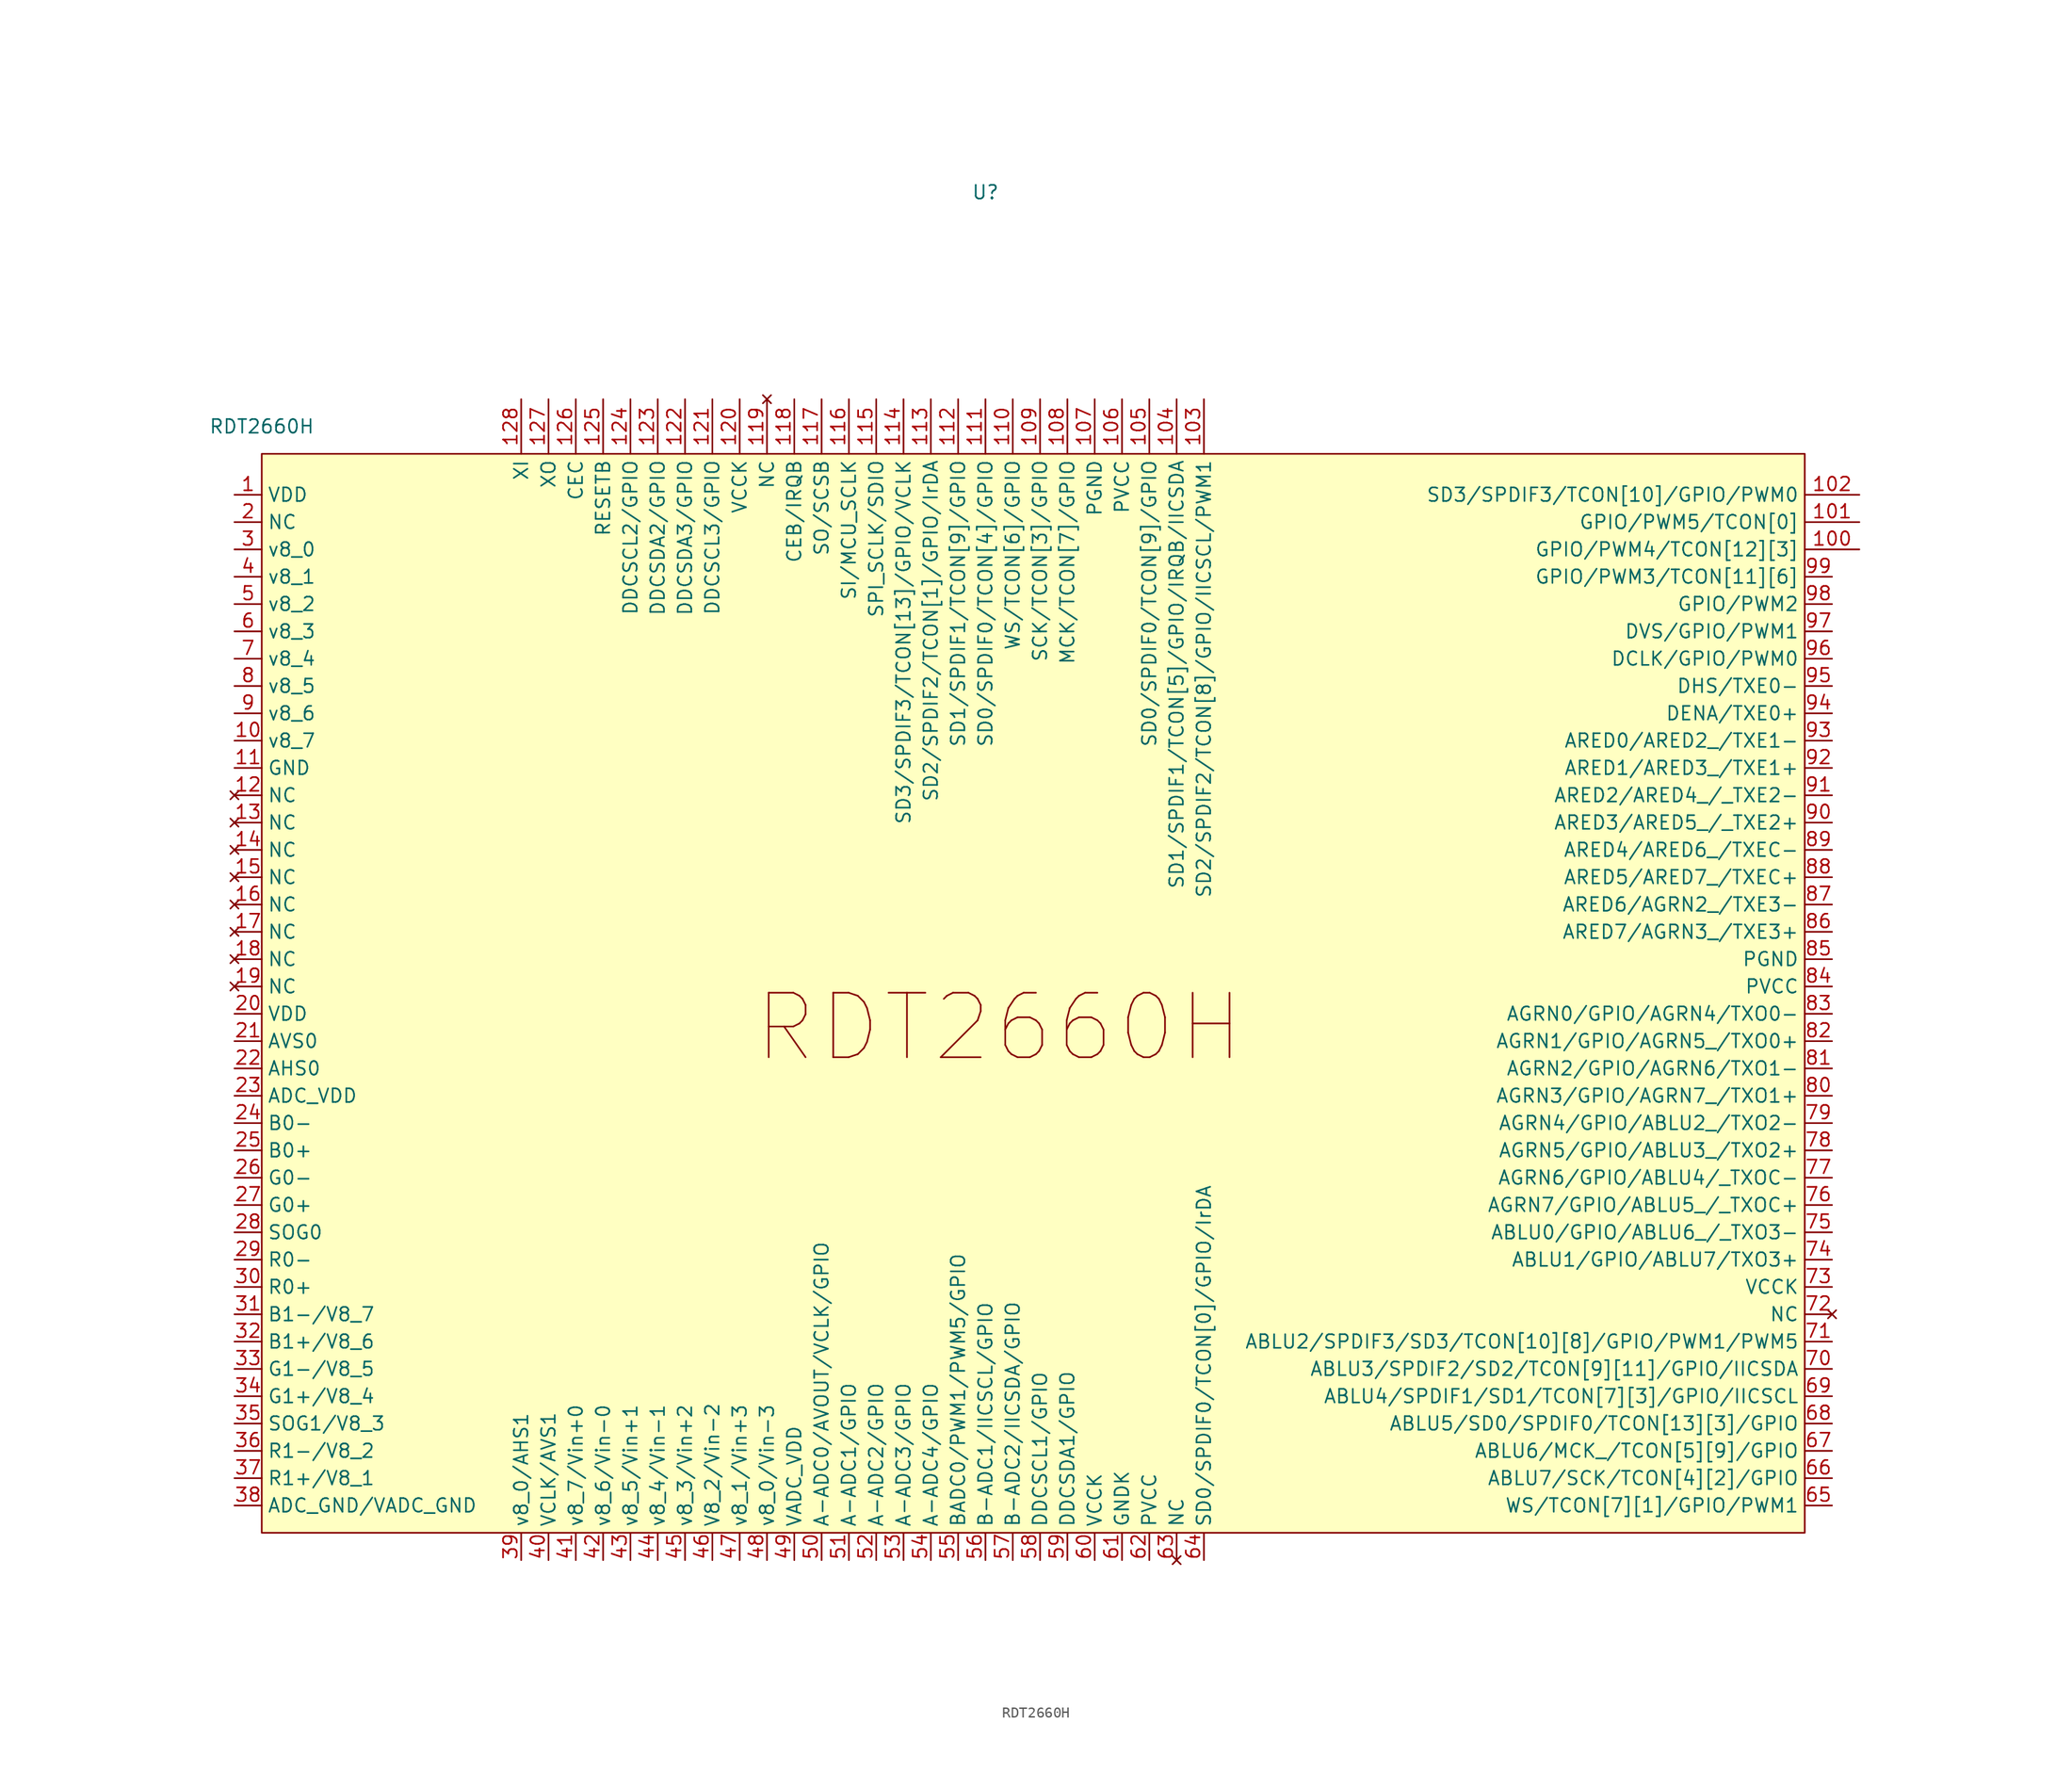
<source format=kicad_sym>
(kicad_symbol_lib
  (version 20220914)
  (generator kicad_symbol_editor)
  (symbol "RDT2660H"
    (property "Reference" "U"
      (at 67.31 21.78 0)
      (effects (font (size 1.27 1.27))))
    (property "Value" "RDT2660H"
      (at 0 0 0)
      (effects (font (size 1.27 1.27))))
    (symbol "RDT2660H_1_1"
      (rectangle (start 0 -2.54) (end 143.51 -102.87) (stroke (width 0) (type default)) (fill (type background)))
      (text "RDT2660H" (at 68.58 -55.88 0) (effects (font (size 6 6))))
      (pin power_in line (at -2.54 -6.35 0) (length 2.54) (name "VDD" (effects (font (size 1.27 1.27)))) (number "1" (effects (font (size 1.27 1.27)))))
      (pin input line (at -2.54 -29.21 0) (length 2.54) (name "v8_7" (effects (font (size 1.27 1.27)))) (number "10" (effects (font (size 1.27 1.27)))))
      (pin bidirectional line (at 148.59 -11.43 180) (length 5.08) (name "GPIO/PWM4/TCON[12][3]" (effects (font (size 1.27 1.27)))) (number "100" (effects (font (size 1.27 1.27)))))
      (pin bidirectional line (at 148.59 -8.89 180) (length 5.08) (name "GPIO/PWM5/TCON[0]" (effects (font (size 1.27 1.27)))) (number "101" (effects (font (size 1.27 1.27)))))
      (pin bidirectional line (at 148.59 -6.35 180) (length 5.08) (name "SD3/SPDIF3/TCON[10]/GPIO/PWM0" (effects (font (size 1.27 1.27)))) (number "102" (effects (font (size 1.27 1.27)))))
      (pin bidirectional line (at 87.63 2.54 270) (length 5.08) (name "SD2/SPDIF2/TCON[8]/GPIO/IICSCL/PWM1" (effects (font (size 1.27 1.27)))) (number "103" (effects (font (size 1.27 1.27)))))
      (pin bidirectional line (at 85.09 2.54 270) (length 5.08) (name "SD1/SPDIF1/TCON[5]/GPIO/IRQB/IICSDA" (effects (font (size 1.27 1.27)))) (number "104" (effects (font (size 1.27 1.27)))))
      (pin bidirectional line (at 82.55 2.54 270) (length 5.08) (name "SD0/SPDIF0/TCON[9]/GPIO" (effects (font (size 1.27 1.27)))) (number "105" (effects (font (size 1.27 1.27)))))
      (pin power_in line (at 80.01 2.54 270) (length 5.08) (name "PVCC" (effects (font (size 1.27 1.27)))) (number "106" (effects (font (size 1.27 1.27)))))
      (pin power_in line (at 77.47 2.54 270) (length 5.08) (name "PGND" (effects (font (size 1.27 1.27)))) (number "107" (effects (font (size 1.27 1.27)))))
      (pin bidirectional line (at 74.93 2.54 270) (length 5.08) (name "MCK/TCON[7]/GPIO" (effects (font (size 1.27 1.27)))) (number "108" (effects (font (size 1.27 1.27)))))
      (pin bidirectional line (at 72.39 2.54 270) (length 5.08) (name "SCK/TCON[3]/GPIO" (effects (font (size 1.27 1.27)))) (number "109" (effects (font (size 1.27 1.27)))))
      (pin power_in line (at -2.54 -31.75 0) (length 2.54) (name "GND" (effects (font (size 1.27 1.27)))) (number "11" (effects (font (size 1.27 1.27)))))
      (pin bidirectional line (at 69.85 2.54 270) (length 5.08) (name "WS/TCON[6]/GPIO" (effects (font (size 1.27 1.27)))) (number "110" (effects (font (size 1.27 1.27)))))
      (pin bidirectional line (at 67.31 2.54 270) (length 5.08) (name "SD0/SPDIF0/TCON[4]/GPIO" (effects (font (size 1.27 1.27)))) (number "111" (effects (font (size 1.27 1.27)))))
      (pin bidirectional line (at 64.77 2.54 270) (length 5.08) (name "SD1/SPDIF1/TCON[9]/GPIO" (effects (font (size 1.27 1.27)))) (number "112" (effects (font (size 1.27 1.27)))))
      (pin bidirectional line (at 62.23 2.54 270) (length 5.08) (name "SD2/SPDIF2/TCON[1]/GPIO/IrDA" (effects (font (size 1.27 1.27)))) (number "113" (effects (font (size 1.27 1.27)))))
      (pin bidirectional line (at 59.69 2.54 270) (length 5.08) (name "SD3/SPDIF3/TCON[13]/GPIO/VCLK" (effects (font (size 1.27 1.27)))) (number "114" (effects (font (size 1.27 1.27)))))
      (pin bidirectional line (at 57.15 2.54 270) (length 5.08) (name "SPI_SCLK/SDIO" (effects (font (size 1.27 1.27)))) (number "115" (effects (font (size 1.27 1.27)))))
      (pin bidirectional line (at 54.61 2.54 270) (length 5.08) (name "SI/MCU_SCLK" (effects (font (size 1.27 1.27)))) (number "116" (effects (font (size 1.27 1.27)))))
      (pin bidirectional line (at 52.07 2.54 270) (length 5.08) (name "SO/SCSB" (effects (font (size 1.27 1.27)))) (number "117" (effects (font (size 1.27 1.27)))))
      (pin bidirectional line (at 49.53 2.54 270) (length 5.08) (name "CEB/IRQB" (effects (font (size 1.27 1.27)))) (number "118" (effects (font (size 1.27 1.27)))))
      (pin no_connect line (at 46.99 2.54 270) (length 5.08) (name "NC" (effects (font (size 1.27 1.27)))) (number "119" (effects (font (size 1.27 1.27)))))
      (pin no_connect line (at -2.54 -34.29 0) (length 2.54) (name "NC" (effects (font (size 1.27 1.27)))) (number "12" (effects (font (size 1.27 1.27)))))
      (pin power_in line (at 44.45 2.54 270) (length 5.08) (name "VCCK" (effects (font (size 1.27 1.27)))) (number "120" (effects (font (size 1.27 1.27)))))
      (pin bidirectional line (at 41.91 2.54 270) (length 5.08) (name "DDCSCL3/GPIO" (effects (font (size 1.27 1.27)))) (number "121" (effects (font (size 1.27 1.27)))))
      (pin bidirectional line (at 39.37 2.54 270) (length 5.08) (name "DDCSDA3/GPIO" (effects (font (size 1.27 1.27)))) (number "122" (effects (font (size 1.27 1.27)))))
      (pin bidirectional line (at 36.83 2.54 270) (length 5.08) (name "DDCSDA2/GPIO" (effects (font (size 1.27 1.27)))) (number "123" (effects (font (size 1.27 1.27)))))
      (pin bidirectional line (at 34.29 2.54 270) (length 5.08) (name "DDCSCL2/GPIO" (effects (font (size 1.27 1.27)))) (number "124" (effects (font (size 1.27 1.27)))))
      (pin input line (at 31.75 2.54 270) (length 5.08) (name "RESETB" (effects (font (size 1.27 1.27)))) (number "125" (effects (font (size 1.27 1.27)))))
      (pin bidirectional line (at 29.21 2.54 270) (length 5.08) (name "CEC" (effects (font (size 1.27 1.27)))) (number "126" (effects (font (size 1.27 1.27)))))
      (pin output line (at 26.67 2.54 270) (length 5.08) (name "XO" (effects (font (size 1.27 1.27)))) (number "127" (effects (font (size 1.27 1.27)))))
      (pin input line (at 24.13 2.54 270) (length 5.08) (name "XI" (effects (font (size 1.27 1.27)))) (number "128" (effects (font (size 1.27 1.27)))))
      (pin no_connect line (at -2.54 -36.83 0) (length 2.54) (name "NC" (effects (font (size 1.27 1.27)))) (number "13" (effects (font (size 1.27 1.27)))))
      (pin no_connect line (at -2.54 -39.37 0) (length 2.54) (name "NC" (effects (font (size 1.27 1.27)))) (number "14" (effects (font (size 1.27 1.27)))))
      (pin no_connect line (at -2.54 -41.91 0) (length 2.54) (name "NC" (effects (font (size 1.27 1.27)))) (number "15" (effects (font (size 1.27 1.27)))))
      (pin no_connect line (at -2.54 -44.45 0) (length 2.54) (name "NC" (effects (font (size 1.27 1.27)))) (number "16" (effects (font (size 1.27 1.27)))))
      (pin no_connect line (at -2.54 -46.99 0) (length 2.54) (name "NC" (effects (font (size 1.27 1.27)))) (number "17" (effects (font (size 1.27 1.27)))))
      (pin no_connect line (at -2.54 -49.53 0) (length 2.54) (name "NC" (effects (font (size 1.27 1.27)))) (number "18" (effects (font (size 1.27 1.27)))))
      (pin no_connect line (at -2.54 -52.07 0) (length 2.54) (name "NC" (effects (font (size 1.27 1.27)))) (number "19" (effects (font (size 1.27 1.27)))))
      (pin unspecified line (at -2.54 -8.89 0) (length 2.54) (name "NC" (effects (font (size 1.27 1.27)))) (number "2" (effects (font (size 1.27 1.27)))))
      (pin power_in line (at -2.54 -54.61 0) (length 2.54) (name "VDD" (effects (font (size 1.27 1.27)))) (number "20" (effects (font (size 1.27 1.27)))))
      (pin power_in line (at -2.54 -57.15 0) (length 2.54) (name "AVS0" (effects (font (size 1.27 1.27)))) (number "21" (effects (font (size 1.27 1.27)))))
      (pin input line (at -2.54 -59.69 0) (length 2.54) (name "AHS0" (effects (font (size 1.27 1.27)))) (number "22" (effects (font (size 1.27 1.27)))))
      (pin power_in line (at -2.54 -62.23 0) (length 2.54) (name "ADC_VDD" (effects (font (size 1.27 1.27)))) (number "23" (effects (font (size 1.27 1.27)))))
      (pin input line (at -2.54 -64.77 0) (length 2.54) (name "B0-" (effects (font (size 1.27 1.27)))) (number "24" (effects (font (size 1.27 1.27)))))
      (pin input line (at -2.54 -67.31 0) (length 2.54) (name "B0+" (effects (font (size 1.27 1.27)))) (number "25" (effects (font (size 1.27 1.27)))))
      (pin input line (at -2.54 -69.85 0) (length 2.54) (name "G0-" (effects (font (size 1.27 1.27)))) (number "26" (effects (font (size 1.27 1.27)))))
      (pin input line (at -2.54 -72.39 0) (length 2.54) (name "G0+" (effects (font (size 1.27 1.27)))) (number "27" (effects (font (size 1.27 1.27)))))
      (pin input line (at -2.54 -74.93 0) (length 2.54) (name "SOG0" (effects (font (size 1.27 1.27)))) (number "28" (effects (font (size 1.27 1.27)))))
      (pin input line (at -2.54 -77.47 0) (length 2.54) (name "R0-" (effects (font (size 1.27 1.27)))) (number "29" (effects (font (size 1.27 1.27)))))
      (pin input line (at -2.54 -11.43 0) (length 2.54) (name "v8_0" (effects (font (size 1.27 1.27)))) (number "3" (effects (font (size 1.27 1.27)))))
      (pin input line (at -2.54 -80.01 0) (length 2.54) (name "R0+" (effects (font (size 1.27 1.27)))) (number "30" (effects (font (size 1.27 1.27)))))
      (pin input line (at -2.54 -82.55 0) (length 2.54) (name "B1-/V8_7" (effects (font (size 1.27 1.27)))) (number "31" (effects (font (size 1.27 1.27)))))
      (pin input line (at -2.54 -85.09 0) (length 2.54) (name "B1+/V8_6" (effects (font (size 1.27 1.27)))) (number "32" (effects (font (size 1.27 1.27)))))
      (pin input line (at -2.54 -87.63 0) (length 2.54) (name "G1-/V8_5" (effects (font (size 1.27 1.27)))) (number "33" (effects (font (size 1.27 1.27)))))
      (pin input line (at -2.54 -90.17 0) (length 2.54) (name "G1+/V8_4" (effects (font (size 1.27 1.27)))) (number "34" (effects (font (size 1.27 1.27)))))
      (pin input line (at -2.54 -92.71 0) (length 2.54) (name "SOG1/V8_3" (effects (font (size 1.27 1.27)))) (number "35" (effects (font (size 1.27 1.27)))))
      (pin input line (at -2.54 -95.25 0) (length 2.54) (name "R1-/V8_2" (effects (font (size 1.27 1.27)))) (number "36" (effects (font (size 1.27 1.27)))))
      (pin input line (at -2.54 -97.79 0) (length 2.54) (name "R1+/V8_1" (effects (font (size 1.27 1.27)))) (number "37" (effects (font (size 1.27 1.27)))))
      (pin power_in line (at -2.54 -100.33 0) (length 2.54) (name "ADC_GND/VADC_GND" (effects (font (size 1.27 1.27)))) (number "38" (effects (font (size 1.27 1.27)))))
      (pin input line (at 24.13 -105.41 90) (length 2.54) (name "v8_0/AHS1" (effects (font (size 1.27 1.27)))) (number "39" (effects (font (size 1.27 1.27)))))
      (pin input line (at -2.54 -13.97 0) (length 2.54) (name "v8_1" (effects (font (size 1.27 1.27)))) (number "4" (effects (font (size 1.27 1.27)))))
      (pin input line (at 26.67 -105.41 90) (length 2.54) (name "VCLK/AVS1" (effects (font (size 1.27 1.27)))) (number "40" (effects (font (size 1.27 1.27)))))
      (pin input line (at 29.21 -105.41 90) (length 2.54) (name "v8_7/Vin+0" (effects (font (size 1.27 1.27)))) (number "41" (effects (font (size 1.27 1.27)))))
      (pin input line (at 31.75 -105.41 90) (length 2.54) (name "v8_6/Vin-0" (effects (font (size 1.27 1.27)))) (number "42" (effects (font (size 1.27 1.27)))))
      (pin input line (at 34.29 -105.41 90) (length 2.54) (name "v8_5/Vin+1" (effects (font (size 1.27 1.27)))) (number "43" (effects (font (size 1.27 1.27)))))
      (pin input line (at 36.83 -105.41 90) (length 2.54) (name "v8_4/Vin-1" (effects (font (size 1.27 1.27)))) (number "44" (effects (font (size 1.27 1.27)))))
      (pin input line (at 39.37 -105.41 90) (length 2.54) (name "v8_3/Vin+2" (effects (font (size 1.27 1.27)))) (number "45" (effects (font (size 1.27 1.27)))))
      (pin input line (at 41.91 -105.41 90) (length 2.54) (name "V8_2/Vin-2" (effects (font (size 1.27 1.27)))) (number "46" (effects (font (size 1.27 1.27)))))
      (pin input line (at 44.45 -105.41 90) (length 2.54) (name "v8_1/Vin+3" (effects (font (size 1.27 1.27)))) (number "47" (effects (font (size 1.27 1.27)))))
      (pin input line (at 46.99 -105.41 90) (length 2.54) (name "v8_0/Vin-3" (effects (font (size 1.27 1.27)))) (number "48" (effects (font (size 1.27 1.27)))))
      (pin power_in line (at 49.53 -105.41 90) (length 2.54) (name "VADC_VDD" (effects (font (size 1.27 1.27)))) (number "49" (effects (font (size 1.27 1.27)))))
      (pin input line (at -2.54 -16.51 0) (length 2.54) (name "v8_2" (effects (font (size 1.27 1.27)))) (number "5" (effects (font (size 1.27 1.27)))))
      (pin bidirectional line (at 52.07 -105.41 90) (length 2.54) (name "A-ADC0/AVOUT/VCLK/GPIO" (effects (font (size 1.27 1.27)))) (number "50" (effects (font (size 1.27 1.27)))))
      (pin bidirectional line (at 54.61 -105.41 90) (length 2.54) (name "A-ADC1/GPIO" (effects (font (size 1.27 1.27)))) (number "51" (effects (font (size 1.27 1.27)))))
      (pin bidirectional line (at 57.15 -105.41 90) (length 2.54) (name "A-ADC2/GPIO" (effects (font (size 1.27 1.27)))) (number "52" (effects (font (size 1.27 1.27)))))
      (pin bidirectional line (at 59.69 -105.41 90) (length 2.54) (name "A-ADC3/GPIO" (effects (font (size 1.27 1.27)))) (number "53" (effects (font (size 1.27 1.27)))))
      (pin bidirectional line (at 62.23 -105.41 90) (length 2.54) (name "A-ADC4/GPIO" (effects (font (size 1.27 1.27)))) (number "54" (effects (font (size 1.27 1.27)))))
      (pin bidirectional line (at 64.77 -105.41 90) (length 2.54) (name "BADC0/PWM1/PWM5/GPIO" (effects (font (size 1.27 1.27)))) (number "55" (effects (font (size 1.27 1.27)))))
      (pin bidirectional line (at 67.31 -105.41 90) (length 2.54) (name "B-ADC1/IICSCL/GPIO" (effects (font (size 1.27 1.27)))) (number "56" (effects (font (size 1.27 1.27)))))
      (pin bidirectional line (at 69.85 -105.41 90) (length 2.54) (name "B-ADC2/IICSDA/GPIO" (effects (font (size 1.27 1.27)))) (number "57" (effects (font (size 1.27 1.27)))))
      (pin bidirectional line (at 72.39 -105.41 90) (length 2.54) (name "DDCSCL1/GPIO" (effects (font (size 1.27 1.27)))) (number "58" (effects (font (size 1.27 1.27)))))
      (pin bidirectional line (at 74.93 -105.41 90) (length 2.54) (name "DDCSDA1/GPIO" (effects (font (size 1.27 1.27)))) (number "59" (effects (font (size 1.27 1.27)))))
      (pin input line (at -2.54 -19.05 0) (length 2.54) (name "v8_3" (effects (font (size 1.27 1.27)))) (number "6" (effects (font (size 1.27 1.27)))))
      (pin power_in line (at 77.47 -105.41 90) (length 2.54) (name "VCCK" (effects (font (size 1.27 1.27)))) (number "60" (effects (font (size 1.27 1.27)))))
      (pin power_in line (at 80.01 -105.41 90) (length 2.54) (name "GNDK" (effects (font (size 1.27 1.27)))) (number "61" (effects (font (size 1.27 1.27)))))
      (pin power_in line (at 82.55 -105.41 90) (length 2.54) (name "PVCC" (effects (font (size 1.27 1.27)))) (number "62" (effects (font (size 1.27 1.27)))))
      (pin no_connect line (at 85.09 -105.41 90) (length 2.54) (name "NC" (effects (font (size 1.27 1.27)))) (number "63" (effects (font (size 1.27 1.27)))))
      (pin bidirectional line (at 87.63 -105.41 90) (length 2.54) (name "SD0/SPDIF0/TCON[0]/GPIO/IrDA" (effects (font (size 1.27 1.27)))) (number "64" (effects (font (size 1.27 1.27)))))
      (pin bidirectional line (at 146.05 -100.33 180) (length 2.54) (name "WS/TCON[7][1]/GPIO/PWM1" (effects (font (size 1.27 1.27)))) (number "65" (effects (font (size 1.27 1.27)))))
      (pin bidirectional line (at 146.05 -97.79 180) (length 2.54) (name "ABLU7/SCK/TCON[4][2]/GPIO" (effects (font (size 1.27 1.27)))) (number "66" (effects (font (size 1.27 1.27)))))
      (pin bidirectional line (at 146.05 -95.25 180) (length 2.54) (name "ABLU6/MCK_/TCON[5][9]/GPIO" (effects (font (size 1.27 1.27)))) (number "67" (effects (font (size 1.27 1.27)))))
      (pin bidirectional line (at 146.05 -92.71 180) (length 2.54) (name "ABLU5/SD0/SPDIF0/TCON[13][3]/GPIO" (effects (font (size 1.27 1.27)))) (number "68" (effects (font (size 1.27 1.27)))))
      (pin bidirectional line (at 146.05 -90.17 180) (length 2.54) (name "ABLU4/SPDIF1/SD1/TCON[7][3]/GPIO/IICSCL" (effects (font (size 1.27 1.27)))) (number "69" (effects (font (size 1.27 1.27)))))
      (pin input line (at -2.54 -21.59 0) (length 2.54) (name "v8_4" (effects (font (size 1.27 1.27)))) (number "7" (effects (font (size 1.27 1.27)))))
      (pin bidirectional line (at 146.05 -87.63 180) (length 2.54) (name "ABLU3/SPDIF2/SD2/TCON[9][11]/GPIO/IICSDA" (effects (font (size 1.27 1.27)))) (number "70" (effects (font (size 1.27 1.27)))))
      (pin bidirectional line (at 146.05 -85.09 180) (length 2.54) (name "ABLU2/SPDIF3/SD3/TCON[10][8]/GPIO/PWM1/PWM5" (effects (font (size 1.27 1.27)))) (number "71" (effects (font (size 1.27 1.27)))))
      (pin no_connect line (at 146.05 -82.55 180) (length 2.54) (name "NC" (effects (font (size 1.27 1.27)))) (number "72" (effects (font (size 1.27 1.27)))))
      (pin power_in line (at 146.05 -80.01 180) (length 2.54) (name "VCCK" (effects (font (size 1.27 1.27)))) (number "73" (effects (font (size 1.27 1.27)))))
      (pin bidirectional line (at 146.05 -77.47 180) (length 2.54) (name "ABLU1/GPIO/ABLU7/TXO3+" (effects (font (size 1.27 1.27)))) (number "74" (effects (font (size 1.27 1.27)))))
      (pin bidirectional line (at 146.05 -74.93 180) (length 2.54) (name "ABLU0/GPIO/ABLU6_/_TXO3-" (effects (font (size 1.27 1.27)))) (number "75" (effects (font (size 1.27 1.27)))))
      (pin bidirectional line (at 146.05 -72.39 180) (length 2.54) (name "AGRN7/GPIO/ABLU5_/_TXOC+" (effects (font (size 1.27 1.27)))) (number "76" (effects (font (size 1.27 1.27)))))
      (pin bidirectional line (at 146.05 -69.85 180) (length 2.54) (name "AGRN6/GPIO/ABLU4/_TXOC-" (effects (font (size 1.27 1.27)))) (number "77" (effects (font (size 1.27 1.27)))))
      (pin bidirectional line (at 146.05 -67.31 180) (length 2.54) (name "AGRN5/GPIO/ABLU3_/TXO2+" (effects (font (size 1.27 1.27)))) (number "78" (effects (font (size 1.27 1.27)))))
      (pin bidirectional line (at 146.05 -64.77 180) (length 2.54) (name "AGRN4/GPIO/ABLU2_/TXO2-" (effects (font (size 1.27 1.27)))) (number "79" (effects (font (size 1.27 1.27)))))
      (pin input line (at -2.54 -24.13 0) (length 2.54) (name "v8_5" (effects (font (size 1.27 1.27)))) (number "8" (effects (font (size 1.27 1.27)))))
      (pin bidirectional line (at 146.05 -62.23 180) (length 2.54) (name "AGRN3/GPIO/AGRN7_/TXO1+" (effects (font (size 1.27 1.27)))) (number "80" (effects (font (size 1.27 1.27)))))
      (pin bidirectional line (at 146.05 -59.69 180) (length 2.54) (name "AGRN2/GPIO/AGRN6/TXO1-" (effects (font (size 1.27 1.27)))) (number "81" (effects (font (size 1.27 1.27)))))
      (pin bidirectional line (at 146.05 -57.15 180) (length 2.54) (name "AGRN1/GPIO/AGRN5_/TXO0+" (effects (font (size 1.27 1.27)))) (number "82" (effects (font (size 1.27 1.27)))))
      (pin bidirectional line (at 146.05 -54.61 180) (length 2.54) (name "AGRN0/GPIO/AGRN4/TXO0-" (effects (font (size 1.27 1.27)))) (number "83" (effects (font (size 1.27 1.27)))))
      (pin power_in line (at 146.05 -52.07 180) (length 2.54) (name "PVCC" (effects (font (size 1.27 1.27)))) (number "84" (effects (font (size 1.27 1.27)))))
      (pin power_in line (at 146.05 -49.53 180) (length 2.54) (name "PGND" (effects (font (size 1.27 1.27)))) (number "85" (effects (font (size 1.27 1.27)))))
      (pin output line (at 146.05 -46.99 180) (length 2.54) (name "ARED7/AGRN3_/TXE3+" (effects (font (size 1.27 1.27)))) (number "86" (effects (font (size 1.27 1.27)))))
      (pin output line (at 146.05 -44.45 180) (length 2.54) (name "ARED6/AGRN2_/TXE3-" (effects (font (size 1.27 1.27)))) (number "87" (effects (font (size 1.27 1.27)))))
      (pin output line (at 146.05 -41.91 180) (length 2.54) (name "ARED5/ARED7_/TXEC+" (effects (font (size 1.27 1.27)))) (number "88" (effects (font (size 1.27 1.27)))))
      (pin output line (at 146.05 -39.37 180) (length 2.54) (name "ARED4/ARED6_/TXEC-" (effects (font (size 1.27 1.27)))) (number "89" (effects (font (size 1.27 1.27)))))
      (pin input line (at -2.54 -26.67 0) (length 2.54) (name "v8_6" (effects (font (size 1.27 1.27)))) (number "9" (effects (font (size 1.27 1.27)))))
      (pin output line (at 146.05 -36.83 180) (length 2.54) (name "ARED3/ARED5_/_TXE2+" (effects (font (size 1.27 1.27)))) (number "90" (effects (font (size 1.27 1.27)))))
      (pin output line (at 146.05 -34.29 180) (length 2.54) (name "ARED2/ARED4_/_TXE2-" (effects (font (size 1.27 1.27)))) (number "91" (effects (font (size 1.27 1.27)))))
      (pin output line (at 146.05 -31.75 180) (length 2.54) (name "ARED1/ARED3_/TXE1+" (effects (font (size 1.27 1.27)))) (number "92" (effects (font (size 1.27 1.27)))))
      (pin output line (at 146.05 -29.21 180) (length 2.54) (name "ARED0/ARED2_/TXE1-" (effects (font (size 1.27 1.27)))) (number "93" (effects (font (size 1.27 1.27)))))
      (pin output line (at 146.05 -26.67 180) (length 2.54) (name "DENA/TXE0+" (effects (font (size 1.27 1.27)))) (number "94" (effects (font (size 1.27 1.27)))))
      (pin output line (at 146.05 -24.13 180) (length 2.54) (name "DHS/TXE0-" (effects (font (size 1.27 1.27)))) (number "95" (effects (font (size 1.27 1.27)))))
      (pin bidirectional line (at 146.05 -21.59 180) (length 2.54) (name "DCLK/GPIO/PWM0" (effects (font (size 1.27 1.27)))) (number "96" (effects (font (size 1.27 1.27)))))
      (pin bidirectional line (at 146.05 -19.05 180) (length 2.54) (name "DVS/GPIO/PWM1" (effects (font (size 1.27 1.27)))) (number "97" (effects (font (size 1.27 1.27)))))
      (pin bidirectional line (at 146.05 -16.51 180) (length 2.54) (name "GPIO/PWM2" (effects (font (size 1.27 1.27)))) (number "98" (effects (font (size 1.27 1.27)))))
      (pin bidirectional line (at 146.05 -13.97 180) (length 2.54) (name "GPIO/PWM3/TCON[11][6]" (effects (font (size 1.27 1.27)))) (number "99" (effects (font (size 1.27 1.27))))))))
</source>
